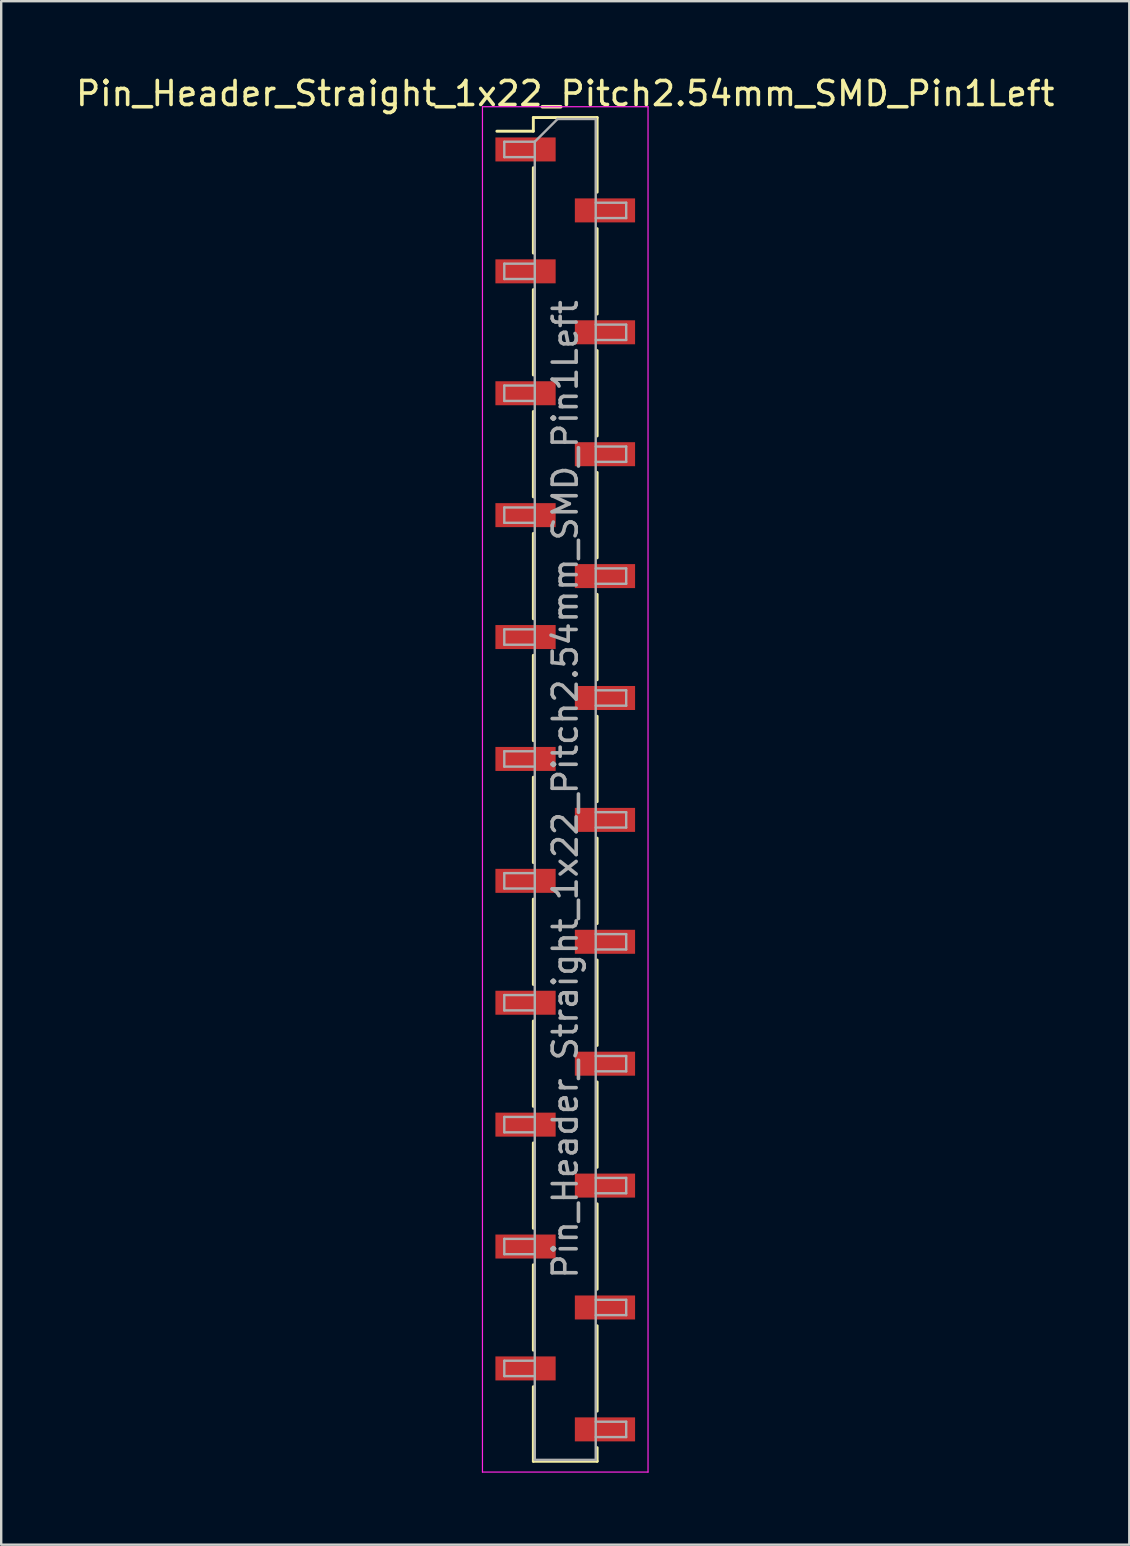
<source format=kicad_pcb>
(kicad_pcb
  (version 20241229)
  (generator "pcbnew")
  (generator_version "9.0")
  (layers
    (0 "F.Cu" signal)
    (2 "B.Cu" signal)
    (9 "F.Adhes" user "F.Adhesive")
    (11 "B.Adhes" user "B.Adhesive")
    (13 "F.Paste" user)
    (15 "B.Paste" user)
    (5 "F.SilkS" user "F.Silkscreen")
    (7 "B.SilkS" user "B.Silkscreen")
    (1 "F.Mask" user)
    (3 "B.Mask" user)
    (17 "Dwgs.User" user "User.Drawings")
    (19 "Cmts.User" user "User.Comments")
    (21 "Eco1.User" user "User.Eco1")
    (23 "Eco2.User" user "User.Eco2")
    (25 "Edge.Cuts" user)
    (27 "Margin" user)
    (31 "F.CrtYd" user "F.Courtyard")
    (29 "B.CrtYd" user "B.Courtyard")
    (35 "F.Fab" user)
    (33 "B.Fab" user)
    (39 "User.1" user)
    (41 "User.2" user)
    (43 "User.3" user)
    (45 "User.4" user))
  (footprint "Pin_Header_Straight_1x22_Pitch2.54mm_SMD_Pin1Left"
    (layer "F.Cu")
    (at 20.506 29.848)
    (property "Reference" "Pin_Header_Straight_1x22_Pitch2.54mm_SMD_Pin1Left" (at 0 -29 0) (layer "F.SilkS") (effects (font (size 1 1) (thickness 0.15))))
    (attr smd)
    (fp_line (start -1.33 -28) (end -1.33 -27.43) (stroke (width 0.12) (type solid)) (layer "F.SilkS"))
    (fp_line (start -1.33 -28) (end 1.33 -28) (stroke (width 0.12) (type solid)) (layer "F.SilkS"))
    (fp_line (start -1.33 -27.43) (end -2.85 -27.43) (stroke (width 0.12) (type solid)) (layer "F.SilkS"))
    (fp_line (start -1.33 -25.91) (end -1.33 -22.35) (stroke (width 0.12) (type solid)) (layer "F.SilkS"))
    (fp_line (start -1.33 -20.83) (end -1.33 -17.27) (stroke (width 0.12) (type solid)) (layer "F.SilkS"))
    (fp_line (start -1.33 -15.75) (end -1.33 -12.19) (stroke (width 0.12) (type solid)) (layer "F.SilkS"))
    (fp_line (start -1.33 -10.67) (end -1.33 -7.11) (stroke (width 0.12) (type solid)) (layer "F.SilkS"))
    (fp_line (start -1.33 -5.59) (end -1.33 -2.03) (stroke (width 0.12) (type solid)) (layer "F.SilkS"))
    (fp_line (start -1.33 -0.51) (end -1.33 3.05) (stroke (width 0.12) (type solid)) (layer "F.SilkS"))
    (fp_line (start -1.33 4.57) (end -1.33 8.13) (stroke (width 0.12) (type solid)) (layer "F.SilkS"))
    (fp_line (start -1.33 9.65) (end -1.33 13.21) (stroke (width 0.12) (type solid)) (layer "F.SilkS"))
    (fp_line (start -1.33 14.73) (end -1.33 18.29) (stroke (width 0.12) (type solid)) (layer "F.SilkS"))
    (fp_line (start -1.33 19.81) (end -1.33 23.37) (stroke (width 0.12) (type solid)) (layer "F.SilkS"))
    (fp_line (start -1.33 24.89) (end -1.33 28) (stroke (width 0.12) (type solid)) (layer "F.SilkS"))
    (fp_line (start -1.33 28) (end 1.33 28) (stroke (width 0.12) (type solid)) (layer "F.SilkS"))
    (fp_line (start 1.33 -28) (end 1.33 -24.89) (stroke (width 0.12) (type solid)) (layer "F.SilkS"))
    (fp_line (start 1.33 -23.37) (end 1.33 -19.81) (stroke (width 0.12) (type solid)) (layer "F.SilkS"))
    (fp_line (start 1.33 -18.29) (end 1.33 -14.73) (stroke (width 0.12) (type solid)) (layer "F.SilkS"))
    (fp_line (start 1.33 -13.21) (end 1.33 -9.65) (stroke (width 0.12) (type solid)) (layer "F.SilkS"))
    (fp_line (start 1.33 -8.13) (end 1.33 -4.57) (stroke (width 0.12) (type solid)) (layer "F.SilkS"))
    (fp_line (start 1.33 -3.05) (end 1.33 0.51) (stroke (width 0.12) (type solid)) (layer "F.SilkS"))
    (fp_line (start 1.33 2.03) (end 1.33 5.59) (stroke (width 0.12) (type solid)) (layer "F.SilkS"))
    (fp_line (start 1.33 7.11) (end 1.33 10.67) (stroke (width 0.12) (type solid)) (layer "F.SilkS"))
    (fp_line (start 1.33 12.19) (end 1.33 15.75) (stroke (width 0.12) (type solid)) (layer "F.SilkS"))
    (fp_line (start 1.33 17.27) (end 1.33 20.83) (stroke (width 0.12) (type solid)) (layer "F.SilkS"))
    (fp_line (start 1.33 22.35) (end 1.33 25.91) (stroke (width 0.12) (type solid)) (layer "F.SilkS"))
    (fp_line (start 1.33 27.43) (end 1.33 28) (stroke (width 0.12) (type solid)) (layer "F.SilkS"))
    (fp_line (start -3.45 -28.45) (end -3.45 28.45) (stroke (width 0.05) (type solid)) (layer "F.CrtYd"))
    (fp_line (start -3.45 28.45) (end 3.45 28.45) (stroke (width 0.05) (type solid)) (layer "F.CrtYd"))
    (fp_line (start 3.45 -28.45) (end -3.45 -28.45) (stroke (width 0.05) (type solid)) (layer "F.CrtYd"))
    (fp_line (start 3.45 28.45) (end 3.45 -28.45) (stroke (width 0.05) (type solid)) (layer "F.CrtYd"))
    (fp_line (start -2.54 -26.99) (end -2.54 -26.35) (stroke (width 0.1) (type solid)) (layer "F.Fab"))
    (fp_line (start -2.54 -26.35) (end -1.27 -26.35) (stroke (width 0.1) (type solid)) (layer "F.Fab"))
    (fp_line (start -2.54 -21.91) (end -2.54 -21.27) (stroke (width 0.1) (type solid)) (layer "F.Fab"))
    (fp_line (start -2.54 -21.27) (end -1.27 -21.27) (stroke (width 0.1) (type solid)) (layer "F.Fab"))
    (fp_line (start -2.54 -16.83) (end -2.54 -16.19) (stroke (width 0.1) (type solid)) (layer "F.Fab"))
    (fp_line (start -2.54 -16.19) (end -1.27 -16.19) (stroke (width 0.1) (type solid)) (layer "F.Fab"))
    (fp_line (start -2.54 -11.75) (end -2.54 -11.11) (stroke (width 0.1) (type solid)) (layer "F.Fab"))
    (fp_line (start -2.54 -11.11) (end -1.27 -11.11) (stroke (width 0.1) (type solid)) (layer "F.Fab"))
    (fp_line (start -2.54 -6.67) (end -2.54 -6.03) (stroke (width 0.1) (type solid)) (layer "F.Fab"))
    (fp_line (start -2.54 -6.03) (end -1.27 -6.03) (stroke (width 0.1) (type solid)) (layer "F.Fab"))
    (fp_line (start -2.54 -1.59) (end -2.54 -0.95) (stroke (width 0.1) (type solid)) (layer "F.Fab"))
    (fp_line (start -2.54 -0.95) (end -1.27 -0.95) (stroke (width 0.1) (type solid)) (layer "F.Fab"))
    (fp_line (start -2.54 3.49) (end -2.54 4.13) (stroke (width 0.1) (type solid)) (layer "F.Fab"))
    (fp_line (start -2.54 4.13) (end -1.27 4.13) (stroke (width 0.1) (type solid)) (layer "F.Fab"))
    (fp_line (start -2.54 8.57) (end -2.54 9.21) (stroke (width 0.1) (type solid)) (layer "F.Fab"))
    (fp_line (start -2.54 9.21) (end -1.27 9.21) (stroke (width 0.1) (type solid)) (layer "F.Fab"))
    (fp_line (start -2.54 13.65) (end -2.54 14.29) (stroke (width 0.1) (type solid)) (layer "F.Fab"))
    (fp_line (start -2.54 14.29) (end -1.27 14.29) (stroke (width 0.1) (type solid)) (layer "F.Fab"))
    (fp_line (start -2.54 18.73) (end -2.54 19.37) (stroke (width 0.1) (type solid)) (layer "F.Fab"))
    (fp_line (start -2.54 19.37) (end -1.27 19.37) (stroke (width 0.1) (type solid)) (layer "F.Fab"))
    (fp_line (start -2.54 23.81) (end -2.54 24.45) (stroke (width 0.1) (type solid)) (layer "F.Fab"))
    (fp_line (start -2.54 24.45) (end -1.27 24.45) (stroke (width 0.1) (type solid)) (layer "F.Fab"))
    (fp_line (start -1.27 -26.99) (end -2.54 -26.99) (stroke (width 0.1) (type solid)) (layer "F.Fab"))
    (fp_line (start -1.27 -26.99) (end -0.32 -27.94) (stroke (width 0.1) (type solid)) (layer "F.Fab"))
    (fp_line (start -1.27 -21.91) (end -2.54 -21.91) (stroke (width 0.1) (type solid)) (layer "F.Fab"))
    (fp_line (start -1.27 -16.83) (end -2.54 -16.83) (stroke (width 0.1) (type solid)) (layer "F.Fab"))
    (fp_line (start -1.27 -11.75) (end -2.54 -11.75) (stroke (width 0.1) (type solid)) (layer "F.Fab"))
    (fp_line (start -1.27 -6.67) (end -2.54 -6.67) (stroke (width 0.1) (type solid)) (layer "F.Fab"))
    (fp_line (start -1.27 -1.59) (end -2.54 -1.59) (stroke (width 0.1) (type solid)) (layer "F.Fab"))
    (fp_line (start -1.27 3.49) (end -2.54 3.49) (stroke (width 0.1) (type solid)) (layer "F.Fab"))
    (fp_line (start -1.27 8.57) (end -2.54 8.57) (stroke (width 0.1) (type solid)) (layer "F.Fab"))
    (fp_line (start -1.27 13.65) (end -2.54 13.65) (stroke (width 0.1) (type solid)) (layer "F.Fab"))
    (fp_line (start -1.27 18.73) (end -2.54 18.73) (stroke (width 0.1) (type solid)) (layer "F.Fab"))
    (fp_line (start -1.27 23.81) (end -2.54 23.81) (stroke (width 0.1) (type solid)) (layer "F.Fab"))
    (fp_line (start -1.27 27.94) (end -1.27 -26.99) (stroke (width 0.1) (type solid)) (layer "F.Fab"))
    (fp_line (start -0.32 -27.94) (end 1.27 -27.94) (stroke (width 0.1) (type solid)) (layer "F.Fab"))
    (fp_line (start 1.27 -27.94) (end 1.27 27.94) (stroke (width 0.1) (type solid)) (layer "F.Fab"))
    (fp_line (start 1.27 -24.45) (end 2.54 -24.45) (stroke (width 0.1) (type solid)) (layer "F.Fab"))
    (fp_line (start 1.27 -19.37) (end 2.54 -19.37) (stroke (width 0.1) (type solid)) (layer "F.Fab"))
    (fp_line (start 1.27 -14.29) (end 2.54 -14.29) (stroke (width 0.1) (type solid)) (layer "F.Fab"))
    (fp_line (start 1.27 -9.21) (end 2.54 -9.21) (stroke (width 0.1) (type solid)) (layer "F.Fab"))
    (fp_line (start 1.27 -4.13) (end 2.54 -4.13) (stroke (width 0.1) (type solid)) (layer "F.Fab"))
    (fp_line (start 1.27 0.95) (end 2.54 0.95) (stroke (width 0.1) (type solid)) (layer "F.Fab"))
    (fp_line (start 1.27 6.03) (end 2.54 6.03) (stroke (width 0.1) (type solid)) (layer "F.Fab"))
    (fp_line (start 1.27 11.11) (end 2.54 11.11) (stroke (width 0.1) (type solid)) (layer "F.Fab"))
    (fp_line (start 1.27 16.19) (end 2.54 16.19) (stroke (width 0.1) (type solid)) (layer "F.Fab"))
    (fp_line (start 1.27 21.27) (end 2.54 21.27) (stroke (width 0.1) (type solid)) (layer "F.Fab"))
    (fp_line (start 1.27 26.35) (end 2.54 26.35) (stroke (width 0.1) (type solid)) (layer "F.Fab"))
    (fp_line (start 1.27 27.94) (end -1.27 27.94) (stroke (width 0.1) (type solid)) (layer "F.Fab"))
    (fp_line (start 2.54 -24.45) (end 2.54 -23.81) (stroke (width 0.1) (type solid)) (layer "F.Fab"))
    (fp_line (start 2.54 -23.81) (end 1.27 -23.81) (stroke (width 0.1) (type solid)) (layer "F.Fab"))
    (fp_line (start 2.54 -19.37) (end 2.54 -18.73) (stroke (width 0.1) (type solid)) (layer "F.Fab"))
    (fp_line (start 2.54 -18.73) (end 1.27 -18.73) (stroke (width 0.1) (type solid)) (layer "F.Fab"))
    (fp_line (start 2.54 -14.29) (end 2.54 -13.65) (stroke (width 0.1) (type solid)) (layer "F.Fab"))
    (fp_line (start 2.54 -13.65) (end 1.27 -13.65) (stroke (width 0.1) (type solid)) (layer "F.Fab"))
    (fp_line (start 2.54 -9.21) (end 2.54 -8.57) (stroke (width 0.1) (type solid)) (layer "F.Fab"))
    (fp_line (start 2.54 -8.57) (end 1.27 -8.57) (stroke (width 0.1) (type solid)) (layer "F.Fab"))
    (fp_line (start 2.54 -4.13) (end 2.54 -3.49) (stroke (width 0.1) (type solid)) (layer "F.Fab"))
    (fp_line (start 2.54 -3.49) (end 1.27 -3.49) (stroke (width 0.1) (type solid)) (layer "F.Fab"))
    (fp_line (start 2.54 0.95) (end 2.54 1.59) (stroke (width 0.1) (type solid)) (layer "F.Fab"))
    (fp_line (start 2.54 1.59) (end 1.27 1.59) (stroke (width 0.1) (type solid)) (layer "F.Fab"))
    (fp_line (start 2.54 6.03) (end 2.54 6.67) (stroke (width 0.1) (type solid)) (layer "F.Fab"))
    (fp_line (start 2.54 6.67) (end 1.27 6.67) (stroke (width 0.1) (type solid)) (layer "F.Fab"))
    (fp_line (start 2.54 11.11) (end 2.54 11.75) (stroke (width 0.1) (type solid)) (layer "F.Fab"))
    (fp_line (start 2.54 11.75) (end 1.27 11.75) (stroke (width 0.1) (type solid)) (layer "F.Fab"))
    (fp_line (start 2.54 16.19) (end 2.54 16.83) (stroke (width 0.1) (type solid)) (layer "F.Fab"))
    (fp_line (start 2.54 16.83) (end 1.27 16.83) (stroke (width 0.1) (type solid)) (layer "F.Fab"))
    (fp_line (start 2.54 21.27) (end 2.54 21.91) (stroke (width 0.1) (type solid)) (layer "F.Fab"))
    (fp_line (start 2.54 21.91) (end 1.27 21.91) (stroke (width 0.1) (type solid)) (layer "F.Fab"))
    (fp_line (start 2.54 26.35) (end 2.54 26.99) (stroke (width 0.1) (type solid)) (layer "F.Fab"))
    (fp_line (start 2.54 26.99) (end 1.27 26.99) (stroke (width 0.1) (type solid)) (layer "F.Fab"))
    (fp_text user "${REFERENCE}" (at 0 0 90) (layer "F.Fab") (effects (font (size 1 1) (thickness 0.15))))
    (pad "1" smd rect (at -1.655 -26.67) (size 2.51 1) (layers "F.Cu" "F.Mask" "F.Paste"))
    (pad "2" smd rect (at 1.655 -24.13) (size 2.51 1) (layers "F.Cu" "F.Mask" "F.Paste"))
    (pad "3" smd rect (at -1.655 -21.59) (size 2.51 1) (layers "F.Cu" "F.Mask" "F.Paste"))
    (pad "4" smd rect (at 1.655 -19.05) (size 2.51 1) (layers "F.Cu" "F.Mask" "F.Paste"))
    (pad "5" smd rect (at -1.655 -16.51) (size 2.51 1) (layers "F.Cu" "F.Mask" "F.Paste"))
    (pad "6" smd rect (at 1.655 -13.97) (size 2.51 1) (layers "F.Cu" "F.Mask" "F.Paste"))
    (pad "7" smd rect (at -1.655 -11.43) (size 2.51 1) (layers "F.Cu" "F.Mask" "F.Paste"))
    (pad "8" smd rect (at 1.655 -8.89) (size 2.51 1) (layers "F.Cu" "F.Mask" "F.Paste"))
    (pad "9" smd rect (at -1.655 -6.35) (size 2.51 1) (layers "F.Cu" "F.Mask" "F.Paste"))
    (pad "10" smd rect (at 1.655 -3.81) (size 2.51 1) (layers "F.Cu" "F.Mask" "F.Paste"))
    (pad "11" smd rect (at -1.655 -1.27) (size 2.51 1) (layers "F.Cu" "F.Mask" "F.Paste"))
    (pad "12" smd rect (at 1.655 1.27) (size 2.51 1) (layers "F.Cu" "F.Mask" "F.Paste"))
    (pad "13" smd rect (at -1.655 3.81) (size 2.51 1) (layers "F.Cu" "F.Mask" "F.Paste"))
    (pad "14" smd rect (at 1.655 6.35) (size 2.51 1) (layers "F.Cu" "F.Mask" "F.Paste"))
    (pad "15" smd rect (at -1.655 8.89) (size 2.51 1) (layers "F.Cu" "F.Mask" "F.Paste"))
    (pad "16" smd rect (at 1.655 11.43) (size 2.51 1) (layers "F.Cu" "F.Mask" "F.Paste"))
    (pad "17" smd rect (at -1.655 13.97) (size 2.51 1) (layers "F.Cu" "F.Mask" "F.Paste"))
    (pad "18" smd rect (at 1.655 16.51) (size 2.51 1) (layers "F.Cu" "F.Mask" "F.Paste"))
    (pad "19" smd rect (at -1.655 19.05) (size 2.51 1) (layers "F.Cu" "F.Mask" "F.Paste"))
    (pad "20" smd rect (at 1.655 21.59) (size 2.51 1) (layers "F.Cu" "F.Mask" "F.Paste"))
    (pad "21" smd rect (at -1.655 24.13) (size 2.51 1) (layers "F.Cu" "F.Mask" "F.Paste"))
    (pad "22" smd rect (at 1.655 26.67) (size 2.51 1) (layers "F.Cu" "F.Mask" "F.Paste")))
  (gr_rect
    (start -3 -3)
    (end 44.012 61.323)
    (stroke (width 0.1) (type default))
    (fill no)
    (layer "Edge.Cuts")))
</source>
